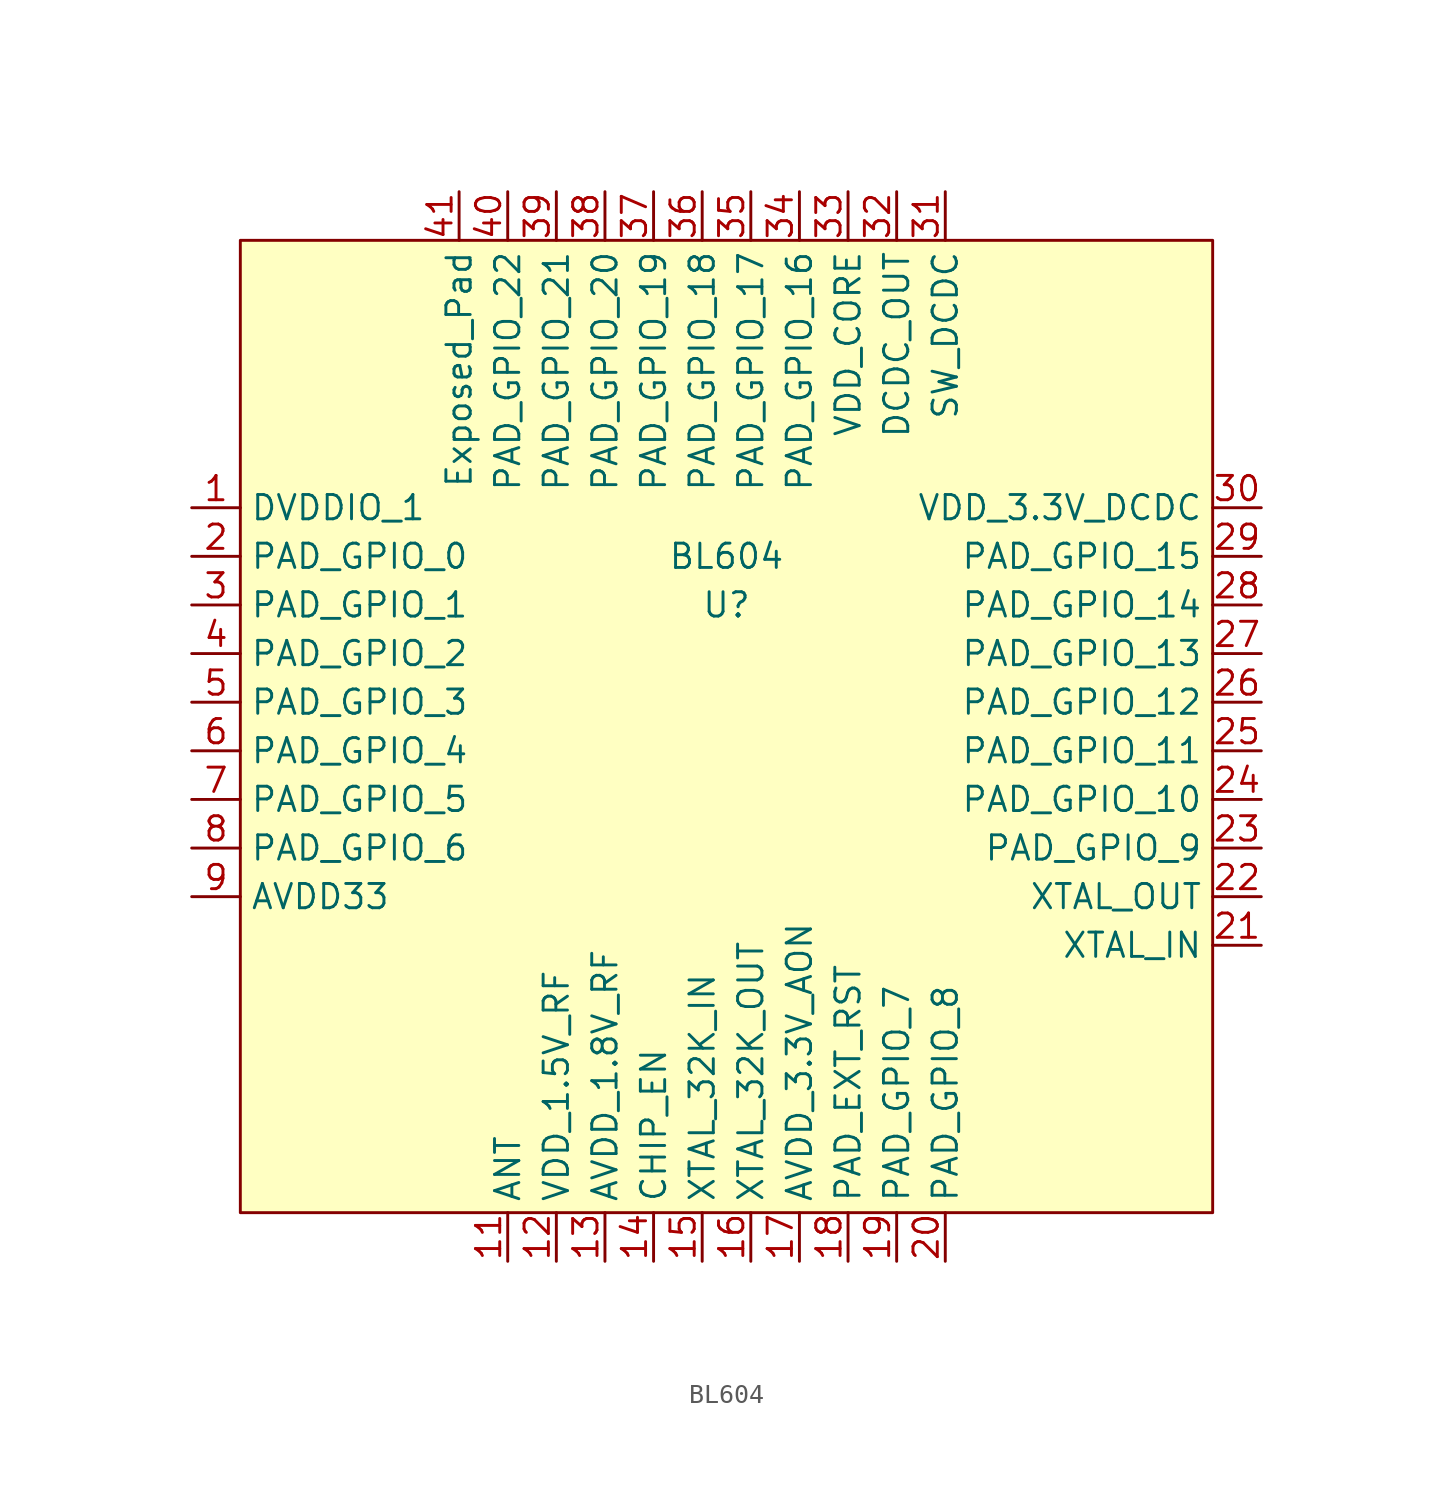
<source format=kicad_sym>
(kicad_symbol_lib
  (version 20211014)
  (generator kicad_symbol_editor)
  (symbol "BL604"
    (property "Reference" "U"
      (at 0 6.35 0)
      (effects (font (size 1.27 1.27))))
    (property "Value" "BL604"
      (at 0 8.89 0)
      (effects (font (size 1.27 1.27))))
    (symbol "BL604_0_1"
      (rectangle (start 25.4 -25.4) (end -25.4 25.4) (stroke (width 0.152) (type default) (color 0 0 0 0)) (fill (type background))))
    (symbol "BL604_1_1"
      (pin power_in line (at -27.94 11.43 0) (length 2.54) (name "DVDDIO_1" (effects (font (size 1.27 1.27)))) (number "1" (effects (font (size 1.27 1.27)))))
      (pin power_in line (at -27.94 -8.89 0) (length 2.54) hide (name "AVDD33" (effects (font (size 1.27 1.27)))) (number "10" (effects (font (size 1.27 1.27)))))
      (pin bidirectional line (at -11.43 -27.94 90) (length 2.54) (name "ANT" (effects (font (size 1.27 1.27)))) (number "11" (effects (font (size 1.27 1.27)))))
      (pin power_in line (at -8.89 -27.94 90) (length 2.54) (name "VDD_1.5V_RF" (effects (font (size 1.27 1.27)))) (number "12" (effects (font (size 1.27 1.27)))))
      (pin power_in line (at -6.35 -27.94 90) (length 2.54) (name "AVDD_1.8V_RF" (effects (font (size 1.27 1.27)))) (number "13" (effects (font (size 1.27 1.27)))))
      (pin input line (at -3.81 -27.94 90) (length 2.54) (name "CHIP_EN" (effects (font (size 1.27 1.27)))) (number "14" (effects (font (size 1.27 1.27)))))
      (pin input line (at -1.27 -27.94 90) (length 2.54) (name "XTAL_32K_IN" (effects (font (size 1.27 1.27)))) (number "15" (effects (font (size 1.27 1.27)))))
      (pin input line (at 1.27 -27.94 90) (length 2.54) (name "XTAL_32K_OUT" (effects (font (size 1.27 1.27)))) (number "16" (effects (font (size 1.27 1.27)))))
      (pin power_in line (at 3.81 -27.94 90) (length 2.54) (name "AVDD_3.3V_AON" (effects (font (size 1.27 1.27)))) (number "17" (effects (font (size 1.27 1.27)))))
      (pin input line (at 6.35 -27.94 90) (length 2.54) (name "PAD_EXT_RST" (effects (font (size 1.27 1.27)))) (number "18" (effects (font (size 1.27 1.27)))))
      (pin bidirectional line (at 8.89 -27.94 90) (length 2.54) (name "PAD_GPIO_7" (effects (font (size 1.27 1.27)))) (number "19" (effects (font (size 1.27 1.27)))))
      (pin bidirectional line (at -27.94 8.89 0) (length 2.54) (name "PAD_GPIO_0" (effects (font (size 1.27 1.27)))) (number "2" (effects (font (size 1.27 1.27)))))
      (pin bidirectional line (at 11.43 -27.94 90) (length 2.54) (name "PAD_GPIO_8" (effects (font (size 1.27 1.27)))) (number "20" (effects (font (size 1.27 1.27)))))
      (pin input line (at 27.94 -11.43 180) (length 2.54) (name "XTAL_IN" (effects (font (size 1.27 1.27)))) (number "21" (effects (font (size 1.27 1.27)))))
      (pin output line (at 27.94 -8.89 180) (length 2.54) (name "XTAL_OUT" (effects (font (size 1.27 1.27)))) (number "22" (effects (font (size 1.27 1.27)))))
      (pin bidirectional line (at 27.94 -6.35 180) (length 2.54) (name "PAD_GPIO_9" (effects (font (size 1.27 1.27)))) (number "23" (effects (font (size 1.27 1.27)))))
      (pin bidirectional line (at 27.94 -3.81 180) (length 2.54) (name "PAD_GPIO_10" (effects (font (size 1.27 1.27)))) (number "24" (effects (font (size 1.27 1.27)))))
      (pin bidirectional line (at 27.94 -1.27 180) (length 2.54) (name "PAD_GPIO_11" (effects (font (size 1.27 1.27)))) (number "25" (effects (font (size 1.27 1.27)))))
      (pin bidirectional line (at 27.94 1.27 180) (length 2.54) (name "PAD_GPIO_12" (effects (font (size 1.27 1.27)))) (number "26" (effects (font (size 1.27 1.27)))))
      (pin bidirectional line (at 27.94 3.81 180) (length 2.54) (name "PAD_GPIO_13" (effects (font (size 1.27 1.27)))) (number "27" (effects (font (size 1.27 1.27)))))
      (pin bidirectional line (at 27.94 6.35 180) (length 2.54) (name "PAD_GPIO_14" (effects (font (size 1.27 1.27)))) (number "28" (effects (font (size 1.27 1.27)))))
      (pin bidirectional line (at 27.94 8.89 180) (length 2.54) (name "PAD_GPIO_15" (effects (font (size 1.27 1.27)))) (number "29" (effects (font (size 1.27 1.27)))))
      (pin bidirectional line (at -27.94 6.35 0) (length 2.54) (name "PAD_GPIO_1" (effects (font (size 1.27 1.27)))) (number "3" (effects (font (size 1.27 1.27)))))
      (pin power_out line (at 27.94 11.43 180) (length 2.54) (name "VDD_3.3V_DCDC" (effects (font (size 1.27 1.27)))) (number "30" (effects (font (size 1.27 1.27)))))
      (pin output line (at 11.43 27.94 270) (length 2.54) (name "SW_DCDC" (effects (font (size 1.27 1.27)))) (number "31" (effects (font (size 1.27 1.27)))))
      (pin output line (at 8.89 27.94 270) (length 2.54) (name "DCDC_OUT" (effects (font (size 1.27 1.27)))) (number "32" (effects (font (size 1.27 1.27)))))
      (pin output line (at 6.35 27.94 270) (length 2.54) (name "VDD_CORE" (effects (font (size 1.27 1.27)))) (number "33" (effects (font (size 1.27 1.27)))))
      (pin bidirectional line (at 3.81 27.94 270) (length 2.54) (name "PAD_GPIO_16" (effects (font (size 1.27 1.27)))) (number "34" (effects (font (size 1.27 1.27)))))
      (pin bidirectional line (at 1.27 27.94 270) (length 2.54) (name "PAD_GPIO_17" (effects (font (size 1.27 1.27)))) (number "35" (effects (font (size 1.27 1.27)))))
      (pin bidirectional line (at -1.27 27.94 270) (length 2.54) (name "PAD_GPIO_18" (effects (font (size 1.27 1.27)))) (number "36" (effects (font (size 1.27 1.27)))))
      (pin bidirectional line (at -3.81 27.94 270) (length 2.54) (name "PAD_GPIO_19" (effects (font (size 1.27 1.27)))) (number "37" (effects (font (size 1.27 1.27)))))
      (pin bidirectional line (at -6.35 27.94 270) (length 2.54) (name "PAD_GPIO_20" (effects (font (size 1.27 1.27)))) (number "38" (effects (font (size 1.27 1.27)))))
      (pin bidirectional line (at -8.89 27.94 270) (length 2.54) (name "PAD_GPIO_21" (effects (font (size 1.27 1.27)))) (number "39" (effects (font (size 1.27 1.27)))))
      (pin bidirectional line (at -27.94 3.81 0) (length 2.54) (name "PAD_GPIO_2" (effects (font (size 1.27 1.27)))) (number "4" (effects (font (size 1.27 1.27)))))
      (pin bidirectional line (at -11.43 27.94 270) (length 2.54) (name "PAD_GPIO_22" (effects (font (size 1.27 1.27)))) (number "40" (effects (font (size 1.27 1.27)))))
      (pin power_in line (at -13.97 27.94 270) (length 2.54) (name "Exposed_Pad" (effects (font (size 1.27 1.27)))) (number "41" (effects (font (size 1.27 1.27)))))
      (pin bidirectional line (at -27.94 1.27 0) (length 2.54) (name "PAD_GPIO_3" (effects (font (size 1.27 1.27)))) (number "5" (effects (font (size 1.27 1.27)))))
      (pin bidirectional line (at -27.94 -1.27 0) (length 2.54) (name "PAD_GPIO_4" (effects (font (size 1.27 1.27)))) (number "6" (effects (font (size 1.27 1.27)))))
      (pin bidirectional line (at -27.94 -3.81 0) (length 2.54) (name "PAD_GPIO_5" (effects (font (size 1.27 1.27)))) (number "7" (effects (font (size 1.27 1.27)))))
      (pin bidirectional line (at -27.94 -6.35 0) (length 2.54) (name "PAD_GPIO_6" (effects (font (size 1.27 1.27)))) (number "8" (effects (font (size 1.27 1.27)))))
      (pin power_in line (at -27.94 -8.89 0) (length 2.54) (name "AVDD33" (effects (font (size 1.27 1.27)))) (number "9" (effects (font (size 1.27 1.27))))))))
</source>
